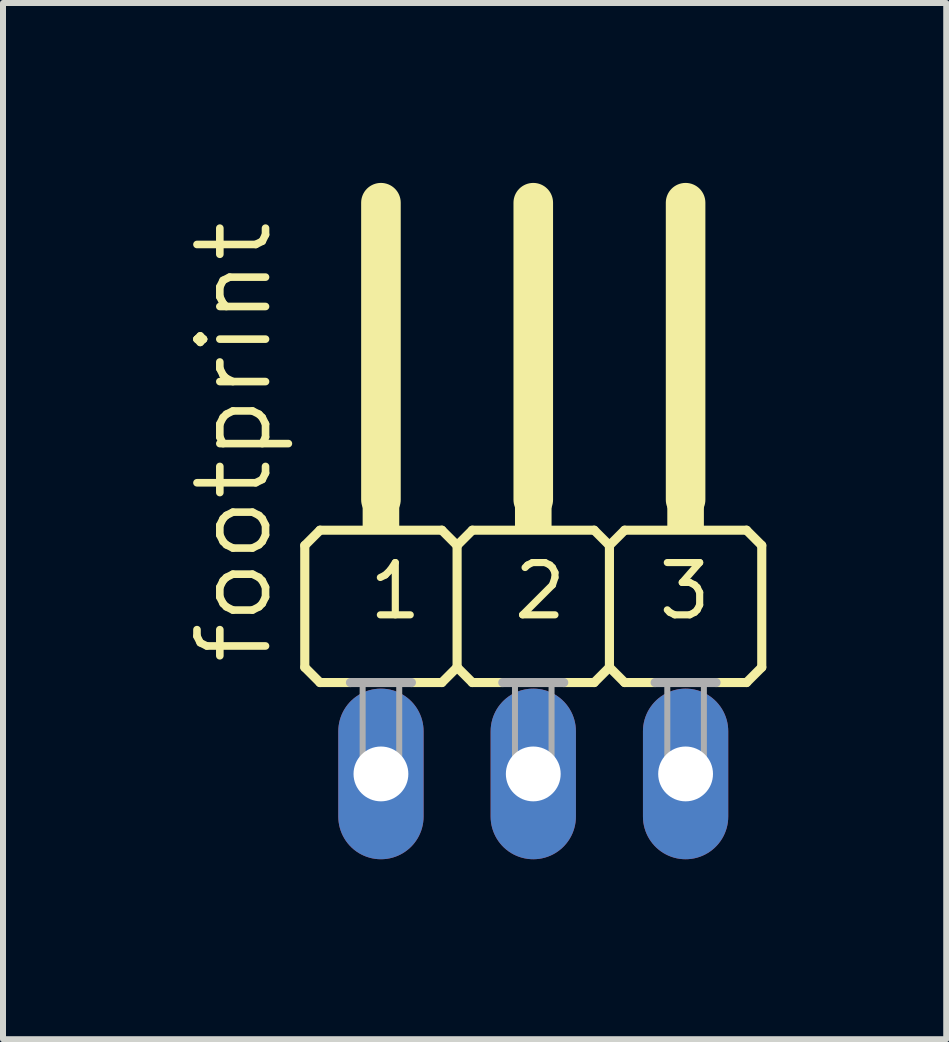
<source format=kicad_pcb>
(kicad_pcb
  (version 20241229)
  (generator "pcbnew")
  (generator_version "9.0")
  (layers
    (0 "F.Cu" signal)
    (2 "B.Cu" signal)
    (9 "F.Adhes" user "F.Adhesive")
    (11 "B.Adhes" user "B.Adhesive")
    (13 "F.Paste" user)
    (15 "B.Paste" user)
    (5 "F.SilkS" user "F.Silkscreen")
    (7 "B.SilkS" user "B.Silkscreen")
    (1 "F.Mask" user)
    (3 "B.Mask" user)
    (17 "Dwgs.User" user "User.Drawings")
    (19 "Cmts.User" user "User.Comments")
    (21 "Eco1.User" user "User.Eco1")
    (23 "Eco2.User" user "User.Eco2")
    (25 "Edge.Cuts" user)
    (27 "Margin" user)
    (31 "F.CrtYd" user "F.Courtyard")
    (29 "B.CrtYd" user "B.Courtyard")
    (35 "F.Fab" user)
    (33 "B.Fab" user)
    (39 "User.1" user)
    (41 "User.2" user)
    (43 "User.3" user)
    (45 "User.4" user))
  (footprint "footprint"
    (layer "F.Cu")
    (at 5.842 7.315)
    (property "Reference" "footprint" (at -4.318 0.762 90) (layer "F.SilkS") (effects (font (size 1.143 1.143) (thickness 0.127)) (justify left bottom)))
    (fp_line (start -3.81 -1.27) (end -3.556 -1.524) (stroke (width 0.152) (type solid)) (layer "F.SilkS"))
    (fp_line (start -3.81 0.762) (end -3.81 -1.27) (stroke (width 0.152) (type solid)) (layer "F.SilkS"))
    (fp_line (start -3.81 0.762) (end -3.556 1.016) (stroke (width 0.152) (type solid)) (layer "F.SilkS"))
    (fp_line (start -3.556 1.016) (end -3.048 1.016) (stroke (width 0.152) (type solid)) (layer "F.SilkS"))
    (fp_line (start -2.54 -2.032) (end -2.54 -6.985) (stroke (width 0.66) (type solid)) (layer "F.SilkS"))
    (fp_line (start -2.032 1.016) (end -1.524 1.016) (stroke (width 0.152) (type solid)) (layer "F.SilkS"))
    (fp_line (start -1.524 -1.524) (end -3.556 -1.524) (stroke (width 0.152) (type solid)) (layer "F.SilkS"))
    (fp_line (start -1.524 -1.524) (end -1.27 -1.27) (stroke (width 0.152) (type solid)) (layer "F.SilkS"))
    (fp_line (start -1.524 1.016) (end -1.27 0.762) (stroke (width 0.152) (type solid)) (layer "F.SilkS"))
    (fp_line (start -1.27 -1.27) (end -1.016 -1.524) (stroke (width 0.152) (type solid)) (layer "F.SilkS"))
    (fp_line (start -1.27 0.762) (end -1.27 -1.27) (stroke (width 0.152) (type solid)) (layer "F.SilkS"))
    (fp_line (start -1.27 0.762) (end -1.016 1.016) (stroke (width 0.152) (type solid)) (layer "F.SilkS"))
    (fp_line (start -1.016 1.016) (end -0.508 1.016) (stroke (width 0.152) (type solid)) (layer "F.SilkS"))
    (fp_line (start 0 -2.032) (end 0 -6.985) (stroke (width 0.66) (type solid)) (layer "F.SilkS"))
    (fp_line (start 0.508 1.016) (end 1.016 1.016) (stroke (width 0.152) (type solid)) (layer "F.SilkS"))
    (fp_line (start 1.016 -1.524) (end -1.016 -1.524) (stroke (width 0.152) (type solid)) (layer "F.SilkS"))
    (fp_line (start 1.016 -1.524) (end 1.27 -1.27) (stroke (width 0.152) (type solid)) (layer "F.SilkS"))
    (fp_line (start 1.016 1.016) (end 1.27 0.762) (stroke (width 0.152) (type solid)) (layer "F.SilkS"))
    (fp_line (start 1.27 -1.27) (end 1.524 -1.524) (stroke (width 0.152) (type solid)) (layer "F.SilkS"))
    (fp_line (start 1.27 0.762) (end 1.27 -1.27) (stroke (width 0.152) (type solid)) (layer "F.SilkS"))
    (fp_line (start 1.27 0.762) (end 1.524 1.016) (stroke (width 0.152) (type solid)) (layer "F.SilkS"))
    (fp_line (start 1.524 1.016) (end 2.032 1.016) (stroke (width 0.152) (type solid)) (layer "F.SilkS"))
    (fp_line (start 2.54 -2.032) (end 2.54 -6.985) (stroke (width 0.66) (type solid)) (layer "F.SilkS"))
    (fp_line (start 3.048 1.016) (end 3.556 1.016) (stroke (width 0.152) (type solid)) (layer "F.SilkS"))
    (fp_line (start 3.556 -1.524) (end 1.524 -1.524) (stroke (width 0.152) (type solid)) (layer "F.SilkS"))
    (fp_line (start 3.556 -1.524) (end 3.81 -1.27) (stroke (width 0.152) (type solid)) (layer "F.SilkS"))
    (fp_line (start 3.556 1.016) (end 3.81 0.762) (stroke (width 0.152) (type solid)) (layer "F.SilkS"))
    (fp_line (start 3.81 -1.27) (end 3.81 0.762) (stroke (width 0.152) (type solid)) (layer "F.SilkS"))
    (fp_poly (pts (xy -2.845 -1.524) (xy -2.235 -1.524) (xy -2.235 -2.032) (xy -2.845 -2.032)) (stroke (width 0) (type solid)) (fill yes) (layer "F.SilkS"))
    (fp_poly (pts (xy -0.305 -1.524) (xy 0.305 -1.524) (xy 0.305 -2.032) (xy -0.305 -2.032)) (stroke (width 0) (type solid)) (fill yes) (layer "F.SilkS"))
    (fp_poly (pts (xy 2.235 -1.524) (xy 2.845 -1.524) (xy 2.845 -2.032) (xy 2.235 -2.032)) (stroke (width 0) (type solid)) (fill yes) (layer "F.SilkS"))
    (fp_line (start -2.032 1.016) (end -3.048 1.016) (stroke (width 0.152) (type solid)) (layer "F.Fab"))
    (fp_line (start 0.508 1.016) (end -0.508 1.016) (stroke (width 0.152) (type solid)) (layer "F.Fab"))
    (fp_line (start 3.048 1.016) (end 2.032 1.016) (stroke (width 0.152) (type solid)) (layer "F.Fab"))
    (fp_poly (pts (xy -2.845 2.794) (xy -2.235 2.794) (xy -2.235 1.016) (xy -2.845 1.016)) (stroke (width 0.1) (type solid)) (fill no) (layer "F.Fab"))
    (fp_poly (pts (xy -0.305 2.794) (xy 0.305 2.794) (xy 0.305 1.016) (xy -0.305 1.016)) (stroke (width 0.1) (type solid)) (fill no) (layer "F.Fab"))
    (fp_poly (pts (xy 2.235 2.794) (xy 2.845 2.794) (xy 2.845 1.016) (xy 2.235 1.016)) (stroke (width 0.1) (type solid)) (fill no) (layer "F.Fab"))
    (fp_text user "1" (at -2.794 0 0) (layer "F.SilkS") (effects (font (size 0.872 0.872) (thickness 0.119)) (justify left bottom)))
    (fp_text user "3" (at 2.032 0 0) (layer "F.SilkS") (effects (font (size 0.872 0.872) (thickness 0.119)) (justify left bottom)))
    (fp_text user "2" (at -0.381 0 0) (layer "F.SilkS") (effects (font (size 0.872 0.872) (thickness 0.119)) (justify left bottom)))
    (pad "1" thru_hole oval (at -2.54 2.54 90) (size 2.845 1.422) (drill 0.914) (layers "*.Cu" "*.Mask"))
    (pad "2" thru_hole oval (at 0 2.54 90) (size 2.845 1.422) (drill 0.914) (layers "*.Cu" "*.Mask"))
    (pad "3" thru_hole oval (at 2.54 2.54 90) (size 2.845 1.422) (drill 0.914) (layers "*.Cu" "*.Mask")))
  (gr_rect
    (start -3 -3)
    (end 12.728 14.278)
    (stroke (width 0.1) (type default))
    (fill no)
    (layer "Edge.Cuts")))
</source>
